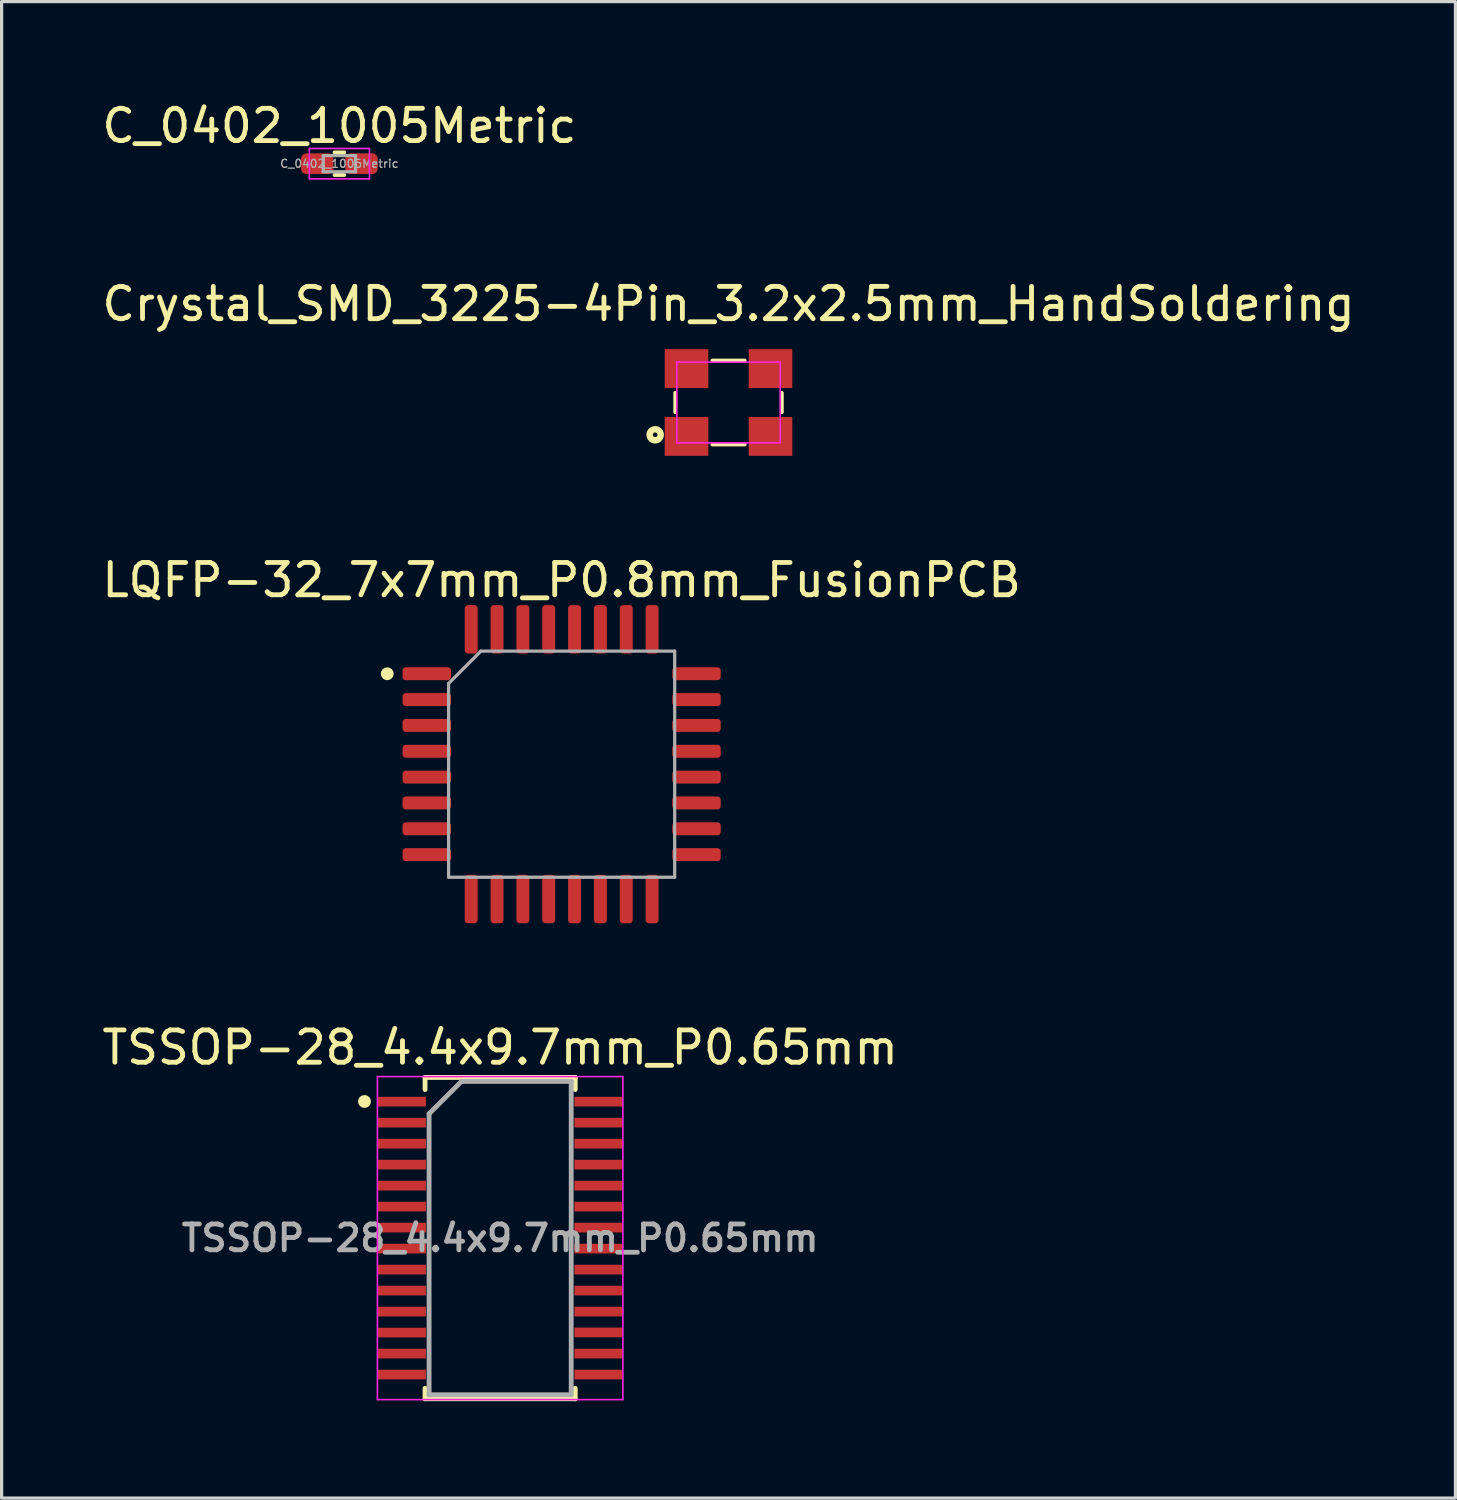
<source format=kicad_pcb>
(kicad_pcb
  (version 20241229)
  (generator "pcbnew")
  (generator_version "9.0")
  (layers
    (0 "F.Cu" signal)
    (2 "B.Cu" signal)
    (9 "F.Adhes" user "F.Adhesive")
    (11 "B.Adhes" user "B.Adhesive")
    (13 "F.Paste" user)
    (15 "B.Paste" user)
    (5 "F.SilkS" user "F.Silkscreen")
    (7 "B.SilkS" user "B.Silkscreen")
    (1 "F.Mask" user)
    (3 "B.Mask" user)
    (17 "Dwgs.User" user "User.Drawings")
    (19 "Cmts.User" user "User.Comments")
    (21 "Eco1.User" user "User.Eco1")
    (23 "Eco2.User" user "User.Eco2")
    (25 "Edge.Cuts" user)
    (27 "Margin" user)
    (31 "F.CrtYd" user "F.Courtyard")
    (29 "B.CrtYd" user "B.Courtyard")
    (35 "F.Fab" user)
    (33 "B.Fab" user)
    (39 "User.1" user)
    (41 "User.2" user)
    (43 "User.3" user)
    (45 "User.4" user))
  (footprint "LQFP-32_7x7mm_P0.8mm_FusionPCB"
    (layer "F.Cu")
    (at 14.339 20.61)
    (property "Reference" "LQFP-32_7x7mm_P0.8mm_FusionPCB" (at 0 -5.7 0) (layer "F.SilkS") (effects (font (size 1 1) (thickness 0.15))))
    (attr smd)
    (fp_circle (center -5.4 -2.8) (end -5.3 -2.8) (stroke (width 0.2) (type solid)) (fill no) (layer "F.SilkS"))
    (fp_line (start -3.5 -2.5) (end -2.5 -3.5) (stroke (width 0.1) (type solid)) (layer "F.Fab"))
    (fp_line (start -3.5 3.5) (end -3.5 -2.5) (stroke (width 0.1) (type solid)) (layer "F.Fab"))
    (fp_line (start -2.5 -3.5) (end 3.5 -3.5) (stroke (width 0.1) (type solid)) (layer "F.Fab"))
    (fp_line (start 3.5 -3.5) (end 3.5 3.5) (stroke (width 0.1) (type solid)) (layer "F.Fab"))
    (fp_line (start 3.5 3.5) (end -3.5 3.5) (stroke (width 0.1) (type solid)) (layer "F.Fab"))
    (pad "1" smd roundrect (at -4.175 -2.8) (size 1.5 0.4) (layers "F.Cu" "F.Mask" "F.Paste") (roundrect_rratio 0.25))
    (pad "2" smd roundrect (at -4.175 -2) (size 1.5 0.4) (layers "F.Cu" "F.Mask" "F.Paste") (roundrect_rratio 0.25))
    (pad "3" smd roundrect (at -4.175 -1.2) (size 1.5 0.4) (layers "F.Cu" "F.Mask" "F.Paste") (roundrect_rratio 0.25))
    (pad "4" smd roundrect (at -4.175 -0.4) (size 1.5 0.4) (layers "F.Cu" "F.Mask" "F.Paste") (roundrect_rratio 0.25))
    (pad "5" smd roundrect (at -4.175 0.4) (size 1.5 0.4) (layers "F.Cu" "F.Mask" "F.Paste") (roundrect_rratio 0.25))
    (pad "6" smd roundrect (at -4.175 1.2) (size 1.5 0.4) (layers "F.Cu" "F.Mask" "F.Paste") (roundrect_rratio 0.25))
    (pad "7" smd roundrect (at -4.175 2) (size 1.5 0.4) (layers "F.Cu" "F.Mask" "F.Paste") (roundrect_rratio 0.25))
    (pad "8" smd roundrect (at -4.175 2.8) (size 1.5 0.4) (layers "F.Cu" "F.Mask" "F.Paste") (roundrect_rratio 0.25))
    (pad "9" smd roundrect (at -2.8 4.175) (size 0.4 1.5) (layers "F.Cu" "F.Mask" "F.Paste") (roundrect_rratio 0.25))
    (pad "10" smd roundrect (at -2 4.175) (size 0.4 1.5) (layers "F.Cu" "F.Mask" "F.Paste") (roundrect_rratio 0.25))
    (pad "11" smd roundrect (at -1.2 4.175) (size 0.4 1.5) (layers "F.Cu" "F.Mask" "F.Paste") (roundrect_rratio 0.25))
    (pad "12" smd roundrect (at -0.4 4.175) (size 0.4 1.5) (layers "F.Cu" "F.Mask" "F.Paste") (roundrect_rratio 0.25))
    (pad "13" smd roundrect (at 0.4 4.175) (size 0.4 1.5) (layers "F.Cu" "F.Mask" "F.Paste") (roundrect_rratio 0.25))
    (pad "14" smd roundrect (at 1.2 4.175) (size 0.4 1.5) (layers "F.Cu" "F.Mask" "F.Paste") (roundrect_rratio 0.25))
    (pad "15" smd roundrect (at 2 4.175) (size 0.4 1.5) (layers "F.Cu" "F.Mask" "F.Paste") (roundrect_rratio 0.25))
    (pad "16" smd roundrect (at 2.8 4.175) (size 0.4 1.5) (layers "F.Cu" "F.Mask" "F.Paste") (roundrect_rratio 0.25))
    (pad "17" smd roundrect (at 4.175 2.8) (size 1.5 0.4) (layers "F.Cu" "F.Mask" "F.Paste") (roundrect_rratio 0.25))
    (pad "18" smd roundrect (at 4.175 2) (size 1.5 0.4) (layers "F.Cu" "F.Mask" "F.Paste") (roundrect_rratio 0.25))
    (pad "19" smd roundrect (at 4.175 1.2) (size 1.5 0.4) (layers "F.Cu" "F.Mask" "F.Paste") (roundrect_rratio 0.25))
    (pad "20" smd roundrect (at 4.175 0.4) (size 1.5 0.4) (layers "F.Cu" "F.Mask" "F.Paste") (roundrect_rratio 0.25))
    (pad "21" smd roundrect (at 4.175 -0.4) (size 1.5 0.4) (layers "F.Cu" "F.Mask" "F.Paste") (roundrect_rratio 0.25))
    (pad "22" smd roundrect (at 4.175 -1.2) (size 1.5 0.4) (layers "F.Cu" "F.Mask" "F.Paste") (roundrect_rratio 0.25))
    (pad "23" smd roundrect (at 4.175 -2) (size 1.5 0.4) (layers "F.Cu" "F.Mask" "F.Paste") (roundrect_rratio 0.25))
    (pad "24" smd roundrect (at 4.175 -2.8) (size 1.5 0.4) (layers "F.Cu" "F.Mask" "F.Paste") (roundrect_rratio 0.25))
    (pad "25" smd roundrect (at 2.8 -4.175) (size 0.4 1.5) (layers "F.Cu" "F.Mask" "F.Paste") (roundrect_rratio 0.25))
    (pad "26" smd roundrect (at 2 -4.175) (size 0.4 1.5) (layers "F.Cu" "F.Mask" "F.Paste") (roundrect_rratio 0.25))
    (pad "27" smd roundrect (at 1.2 -4.175) (size 0.4 1.5) (layers "F.Cu" "F.Mask" "F.Paste") (roundrect_rratio 0.25))
    (pad "28" smd roundrect (at 0.4 -4.175) (size 0.4 1.5) (layers "F.Cu" "F.Mask" "F.Paste") (roundrect_rratio 0.25))
    (pad "29" smd roundrect (at -0.4 -4.175) (size 0.4 1.5) (layers "F.Cu" "F.Mask" "F.Paste") (roundrect_rratio 0.25))
    (pad "30" smd roundrect (at -1.2 -4.175) (size 0.4 1.5) (layers "F.Cu" "F.Mask" "F.Paste") (roundrect_rratio 0.25))
    (pad "31" smd roundrect (at -2 -4.175) (size 0.4 1.5) (layers "F.Cu" "F.Mask" "F.Paste") (roundrect_rratio 0.25))
    (pad "32" smd roundrect (at -2.8 -4.175) (size 0.4 1.5) (layers "F.Cu" "F.Mask" "F.Paste") (roundrect_rratio 0.25)))
  (footprint "Crystal_SMD_3225-4Pin_3.2x2.5mm_HandSoldering"
    (layer "F.Cu")
    (at 19.506 9.412)
    (property "Reference" "Crystal_SMD_3225-4Pin_3.2x2.5mm_HandSoldering" (at 0 -3.05 0) (layer "F.SilkS") (effects (font (size 1 1) (thickness 0.15))))
    (attr smd)
    (fp_line (start -1.65 -0.3) (end -1.65 0.3) (stroke (width 0.12) (type solid)) (layer "F.SilkS"))
    (fp_line (start -0.5 1.3) (end 0.5 1.3) (stroke (width 0.12) (type solid)) (layer "F.SilkS"))
    (fp_line (start 0.5 -1.3) (end -0.5 -1.3) (stroke (width 0.12) (type solid)) (layer "F.SilkS"))
    (fp_line (start 1.65 0.3) (end 1.65 -0.3) (stroke (width 0.12) (type solid)) (layer "F.SilkS"))
    (fp_circle (center -2.271 1) (end -2.2 1) (stroke (width 0.2) (type solid)) (fill no) (layer "F.SilkS"))
    (fp_line (start -1.6 -1.25) (end -1.6 1.25) (stroke (width 0.05) (type solid)) (layer "F.CrtYd"))
    (fp_line (start -1.6 1.25) (end 1.6 1.25) (stroke (width 0.05) (type solid)) (layer "F.CrtYd"))
    (fp_line (start 1.6 -1.25) (end -1.6 -1.25) (stroke (width 0.05) (type solid)) (layer "F.CrtYd"))
    (fp_line (start 1.6 1.25) (end 1.6 -1.25) (stroke (width 0.05) (type solid)) (layer "F.CrtYd"))
    (pad "1" smd rect (at -1.3 1.05) (size 1.35 1.2) (layers "F.Cu" "F.Mask" "F.Paste"))
    (pad "2" smd rect (at 1.3 1.05) (size 1.35 1.2) (layers "F.Cu" "F.Mask" "F.Paste"))
    (pad "3" smd rect (at 1.3 -1.05) (size 1.35 1.2) (layers "F.Cu" "F.Mask" "F.Paste"))
    (pad "4" smd rect (at -1.3 -1.05) (size 1.35 1.2) (layers "F.Cu" "F.Mask" "F.Paste")))
  (footprint "C_0402_1005Metric"
    (layer "F.Cu")
    (at 7.458 2.018)
    (property "Reference" "C_0402_1005Metric" (at 0 -1.17 0) (layer "F.SilkS") (effects (font (size 1 1) (thickness 0.15))))
    (attr smd)
    (fp_line (start -0.15 -0.35) (end 0.15 -0.35) (stroke (width 0.12) (type solid)) (layer "F.SilkS"))
    (fp_line (start -0.15 0.35) (end 0.15 0.35) (stroke (width 0.12) (type solid)) (layer "F.SilkS"))
    (fp_line (start -0.93 -0.47) (end 0.93 -0.47) (stroke (width 0.05) (type solid)) (layer "F.CrtYd"))
    (fp_line (start -0.93 0.47) (end -0.93 -0.47) (stroke (width 0.05) (type solid)) (layer "F.CrtYd"))
    (fp_line (start 0.93 -0.47) (end 0.93 0.47) (stroke (width 0.05) (type solid)) (layer "F.CrtYd"))
    (fp_line (start 0.93 0.47) (end -0.93 0.47) (stroke (width 0.05) (type solid)) (layer "F.CrtYd"))
    (fp_line (start -0.5 -0.25) (end 0.5 -0.25) (stroke (width 0.1) (type solid)) (layer "F.Fab"))
    (fp_line (start -0.5 0.25) (end -0.5 -0.25) (stroke (width 0.1) (type solid)) (layer "F.Fab"))
    (fp_line (start 0.5 -0.25) (end 0.5 0.25) (stroke (width 0.1) (type solid)) (layer "F.Fab"))
    (fp_line (start 0.5 0.25) (end -0.5 0.25) (stroke (width 0.1) (type solid)) (layer "F.Fab"))
    (fp_text user "${REFERENCE}" (at 0 0 0) (layer "F.Fab") (effects (font (size 0.25 0.25) (thickness 0.04))))
    (pad "1" smd roundrect (at -0.685 0) (size 1 0.64) (layers "F.Cu" "F.Mask" "F.Paste") (roundrect_rratio 0.25))
    (pad "2" smd roundrect (at 0.685 0) (size 1 0.64) (layers "F.Cu" "F.Mask" "F.Paste") (roundrect_rratio 0.25)))
  (footprint "TSSOP-28_4.4x9.7mm_P0.65mm"
    (layer "F.Cu")
    (at 12.435 35.283)
    (property "Reference" "TSSOP-28_4.4x9.7mm_P0.65mm" (at 0 -5.9 0) (layer "F.SilkS") (effects (font (size 1 1) (thickness 0.15))))
    (attr smd)
    (fp_line (start -2.325 -4.975) (end -2.325 -4.6) (stroke (width 0.15) (type solid)) (layer "F.SilkS"))
    (fp_line (start -2.325 -4.975) (end 2.325 -4.975) (stroke (width 0.15) (type solid)) (layer "F.SilkS"))
    (fp_line (start -2.325 4.975) (end -2.325 4.65) (stroke (width 0.15) (type solid)) (layer "F.SilkS"))
    (fp_line (start -2.325 4.975) (end 2.325 4.975) (stroke (width 0.15) (type solid)) (layer "F.SilkS"))
    (fp_line (start 2.325 -4.975) (end 2.325 -4.6) (stroke (width 0.15) (type solid)) (layer "F.SilkS"))
    (fp_line (start 2.325 4.975) (end 2.325 4.65) (stroke (width 0.15) (type solid)) (layer "F.SilkS"))
    (fp_circle (center -4.2 -4.23) (end -4.1 -4.23) (stroke (width 0.2) (type solid)) (fill no) (layer "F.SilkS"))
    (fp_line (start -3.8 -5) (end -3.8 5) (stroke (width 0.05) (type solid)) (layer "F.CrtYd"))
    (fp_line (start -3.8 -5) (end 3.8 -5) (stroke (width 0.05) (type solid)) (layer "F.CrtYd"))
    (fp_line (start -3.8 5) (end 3.8 5) (stroke (width 0.05) (type solid)) (layer "F.CrtYd"))
    (fp_line (start 3.8 -5) (end 3.8 5) (stroke (width 0.05) (type solid)) (layer "F.CrtYd"))
    (fp_line (start -2.2 -3.85) (end -1.2 -4.85) (stroke (width 0.15) (type solid)) (layer "F.Fab"))
    (fp_line (start -2.2 4.85) (end -2.2 -3.85) (stroke (width 0.15) (type solid)) (layer "F.Fab"))
    (fp_line (start -1.2 -4.85) (end 2.2 -4.85) (stroke (width 0.15) (type solid)) (layer "F.Fab"))
    (fp_line (start 2.2 -4.85) (end 2.2 4.85) (stroke (width 0.15) (type solid)) (layer "F.Fab"))
    (fp_line (start 2.2 4.85) (end -2.2 4.85) (stroke (width 0.15) (type solid)) (layer "F.Fab"))
    (fp_text user "${REFERENCE}" (at 0 0 0) (layer "F.Fab") (effects (font (size 0.8 0.8) (thickness 0.15))))
    (pad "1" smd rect (at -3.048 -4.225) (size 1.5 0.3) (layers "F.Cu" "F.Mask" "F.Paste"))
    (pad "2" smd rect (at -3.048 -3.575) (size 1.5 0.3) (layers "F.Cu" "F.Mask" "F.Paste"))
    (pad "3" smd rect (at -3.048 -2.925) (size 1.5 0.3) (layers "F.Cu" "F.Mask" "F.Paste"))
    (pad "4" smd rect (at -3.048 -2.275) (size 1.5 0.3) (layers "F.Cu" "F.Mask" "F.Paste"))
    (pad "5" smd rect (at -3.048 -1.625) (size 1.5 0.3) (layers "F.Cu" "F.Mask" "F.Paste"))
    (pad "6" smd rect (at -3.048 -0.975) (size 1.5 0.3) (layers "F.Cu" "F.Mask" "F.Paste"))
    (pad "7" smd rect (at -3.048 -0.325) (size 1.5 0.3) (layers "F.Cu" "F.Mask" "F.Paste"))
    (pad "8" smd rect (at -3.048 0.325) (size 1.5 0.3) (layers "F.Cu" "F.Mask" "F.Paste"))
    (pad "9" smd rect (at -3.048 0.975) (size 1.5 0.3) (layers "F.Cu" "F.Mask" "F.Paste"))
    (pad "10" smd rect (at -3.048 1.625) (size 1.5 0.3) (layers "F.Cu" "F.Mask" "F.Paste"))
    (pad "11" smd rect (at -3.048 2.275) (size 1.5 0.3) (layers "F.Cu" "F.Mask" "F.Paste"))
    (pad "12" smd rect (at -3.048 2.925) (size 1.5 0.3) (layers "F.Cu" "F.Mask" "F.Paste"))
    (pad "13" smd rect (at -3.048 3.575) (size 1.5 0.3) (layers "F.Cu" "F.Mask" "F.Paste"))
    (pad "14" smd rect (at -3.048 4.225) (size 1.5 0.3) (layers "F.Cu" "F.Mask" "F.Paste"))
    (pad "15" smd rect (at 3.048 4.225) (size 1.5 0.3) (layers "F.Cu" "F.Mask" "F.Paste"))
    (pad "16" smd rect (at 3.048 3.575) (size 1.5 0.3) (layers "F.Cu" "F.Mask" "F.Paste"))
    (pad "17" smd rect (at 3.048 2.921) (size 1.5 0.3) (layers "F.Cu" "F.Mask" "F.Paste"))
    (pad "18" smd rect (at 3.048 2.275) (size 1.5 0.3) (layers "F.Cu" "F.Mask" "F.Paste"))
    (pad "19" smd rect (at 3.048 1.625) (size 1.5 0.3) (layers "F.Cu" "F.Mask" "F.Paste"))
    (pad "20" smd rect (at 3.048 0.975) (size 1.5 0.3) (layers "F.Cu" "F.Mask" "F.Paste"))
    (pad "21" smd rect (at 3.048 0.325) (size 1.5 0.3) (layers "F.Cu" "F.Mask" "F.Paste"))
    (pad "22" smd rect (at 3.048 -0.325) (size 1.5 0.3) (layers "F.Cu" "F.Mask" "F.Paste"))
    (pad "23" smd rect (at 3.048 -0.975) (size 1.5 0.3) (layers "F.Cu" "F.Mask" "F.Paste"))
    (pad "24" smd rect (at 3.048 -1.625) (size 1.5 0.3) (layers "F.Cu" "F.Mask" "F.Paste"))
    (pad "25" smd rect (at 3.048 -2.275) (size 1.5 0.3) (layers "F.Cu" "F.Mask" "F.Paste"))
    (pad "26" smd rect (at 3.048 -2.925) (size 1.5 0.3) (layers "F.Cu" "F.Mask" "F.Paste"))
    (pad "27" smd rect (at 3.048 -3.575) (size 1.5 0.3) (layers "F.Cu" "F.Mask" "F.Paste"))
    (pad "28" smd rect (at 3.048 -4.225) (size 1.5 0.3) (layers "F.Cu" "F.Mask" "F.Paste")))
  (gr_rect
    (start -3 -3)
    (end 42.012 43.333)
    (stroke (width 0.1) (type default))
    (fill no)
    (layer "Edge.Cuts")))
</source>
